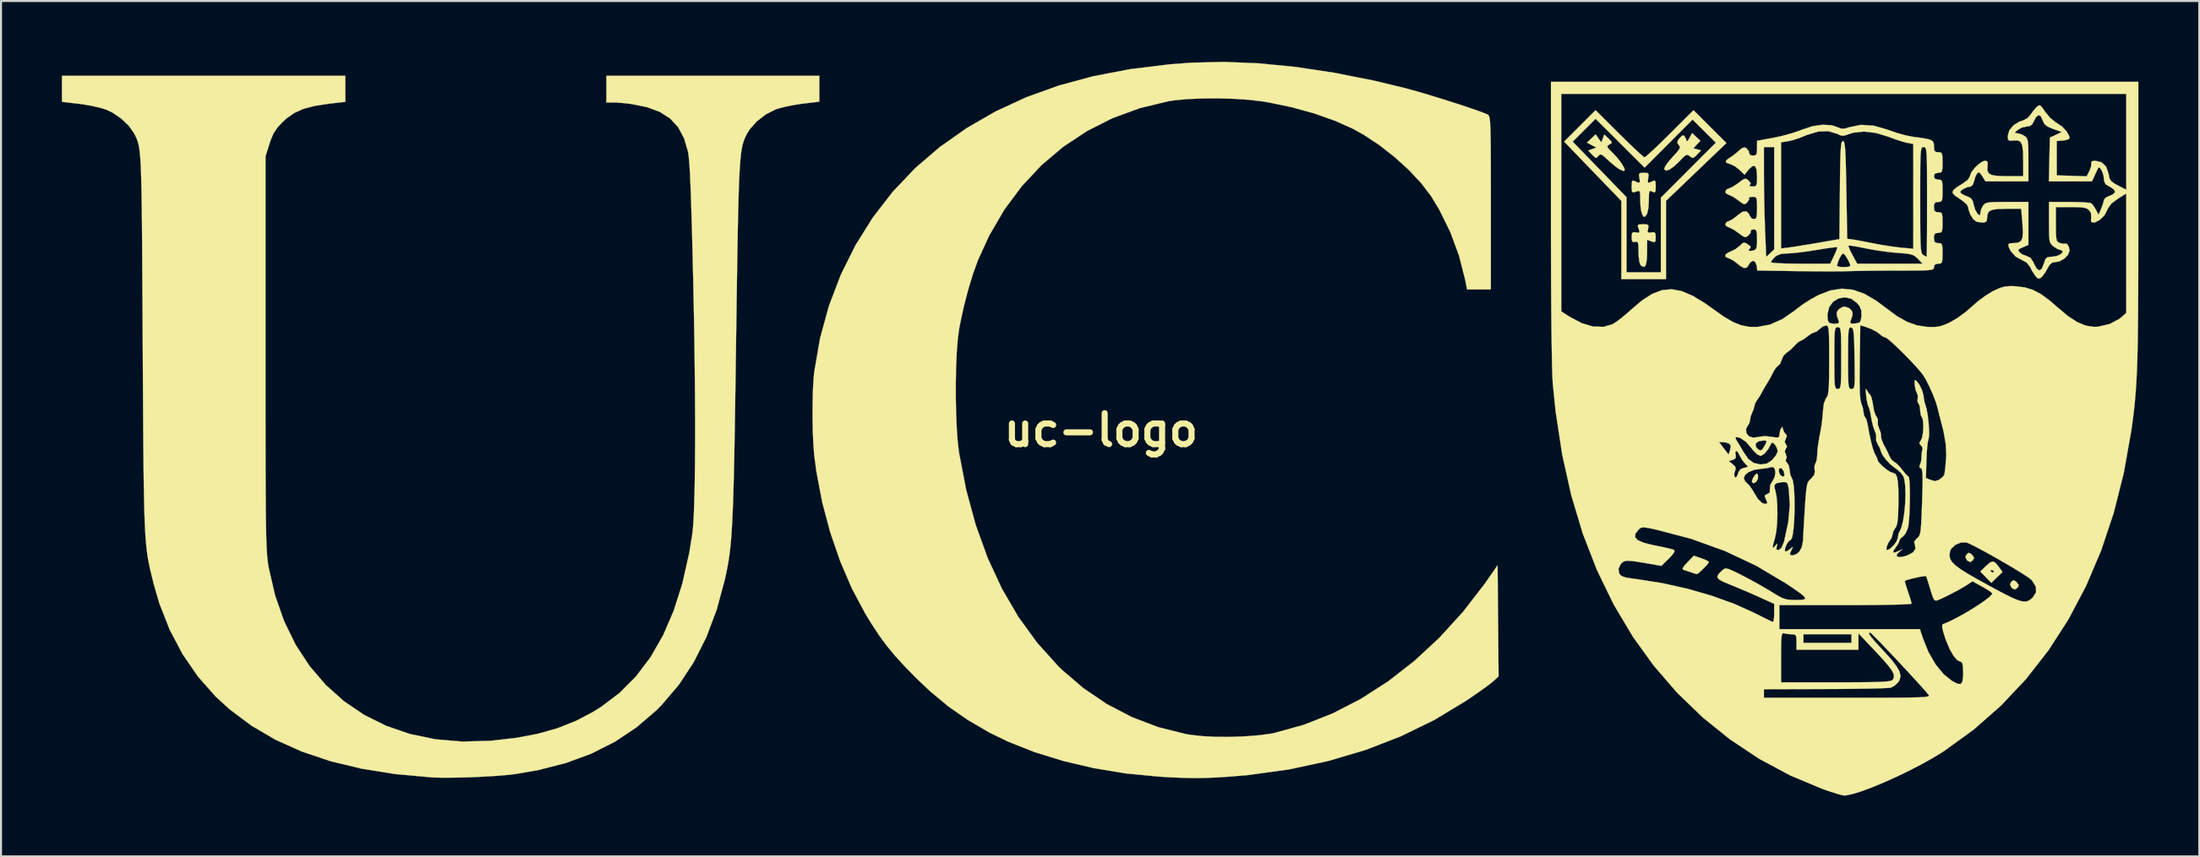
<source format=kicad_pcb>
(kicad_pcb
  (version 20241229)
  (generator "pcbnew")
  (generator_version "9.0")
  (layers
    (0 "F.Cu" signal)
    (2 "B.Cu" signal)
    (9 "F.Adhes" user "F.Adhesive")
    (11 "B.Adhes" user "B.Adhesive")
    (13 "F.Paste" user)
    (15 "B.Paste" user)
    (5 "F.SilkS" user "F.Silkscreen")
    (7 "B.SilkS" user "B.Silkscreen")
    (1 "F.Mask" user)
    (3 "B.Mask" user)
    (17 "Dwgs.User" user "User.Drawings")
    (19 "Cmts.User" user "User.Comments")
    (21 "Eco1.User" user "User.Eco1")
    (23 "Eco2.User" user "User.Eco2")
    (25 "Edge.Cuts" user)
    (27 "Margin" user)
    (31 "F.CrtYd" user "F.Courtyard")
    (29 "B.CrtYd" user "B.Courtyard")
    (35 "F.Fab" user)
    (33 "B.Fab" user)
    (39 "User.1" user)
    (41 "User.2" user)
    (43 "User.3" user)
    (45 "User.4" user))
  (footprint "uc-logo"
    (layer "F.Cu")
    (at 51.228 18.176)
    (property "Reference" "uc-logo" (at 0 0 0) (layer "F.SilkS") (effects (font (size 1.524 1.524) (thickness 0.3))))
    (attr through_hole)
    (fp_poly (pts (xy 32.367 2.173) (xy 32.392 2.232) (xy 32.387 2.398) (xy 32.294 2.556) (xy 32.163 2.625) (xy 32.096 2.558) (xy 32.091 2.519) (xy 32.141 2.372) (xy 32.216 2.252) (xy 32.312 2.144) (xy 32.367 2.173)) (stroke (width 0.01) (type solid)) (fill yes) (layer "F.SilkS"))
    (fp_poly (pts (xy 42.872 6.093) (xy 42.938 6.149) (xy 43.04 6.284) (xy 43.001 6.404) (xy 43 6.405) (xy 42.865 6.51) (xy 42.734 6.459) (xy 42.672 6.392) (xy 42.61 6.257) (xy 42.674 6.136) (xy 42.77 6.054) (xy 42.872 6.093)) (stroke (width 0.01) (type solid)) (fill yes) (layer "F.SilkS"))
    (fp_poly (pts (xy 45.073 7.447) (xy 45.139 7.504) (xy 45.242 7.639) (xy 45.203 7.758) (xy 45.201 7.76) (xy 45.066 7.865) (xy 44.935 7.813) (xy 44.873 7.747) (xy 44.811 7.612) (xy 44.875 7.491) (xy 44.971 7.408) (xy 45.073 7.447)) (stroke (width 0.01) (type solid)) (fill yes) (layer "F.SilkS"))
    (fp_poly (pts (xy 29.6 6.324) (xy 29.82 6.411) (xy 29.954 6.486) (xy 29.972 6.511) (xy 29.917 6.598) (xy 29.784 6.747) (xy 29.618 6.913) (xy 29.467 7.048) (xy 29.378 7.105) (xy 29.375 7.105) (xy 29.276 7.077) (xy 29.09 7.016) (xy 29.083 7.014) (xy 28.864 6.941) (xy 28.709 6.891) (xy 28.673 6.828) (xy 28.757 6.691) (xy 28.908 6.525) (xy 29.228 6.197) (xy 29.6 6.324)) (stroke (width 0.01) (type solid)) (fill yes) (layer "F.SilkS"))
    (fp_poly (pts (xy 44.133 6.581) (xy 44.273 6.763) (xy 44.443 7.001) (xy 44.167 7.268) (xy 43.891 7.536) (xy 43.62 7.256) (xy 43.349 6.976) (xy 43.389 6.938) (xy 43.857 6.938) (xy 43.919 7.024) (xy 43.942 7.027) (xy 44.024 6.998) (xy 44.027 6.99) (xy 43.967 6.918) (xy 43.942 6.9) (xy 43.864 6.907) (xy 43.857 6.938) (xy 43.389 6.938) (xy 43.638 6.696) (xy 43.842 6.522) (xy 43.99 6.482) (xy 44.133 6.581)) (stroke (width 0.01) (type solid)) (fill yes) (layer "F.SilkS"))
    (fp_poly (pts (xy 24.527 -14.396) (xy 24.667 -14.197) (xy 24.811 -14.588) (xy 25.023 -14.389) (xy 25.16 -14.252) (xy 25.18 -14.177) (xy 25.089 -14.112) (xy 25.063 -14.098) (xy 24.974 -14.038) (xy 24.965 -13.969) (xy 25.052 -13.855) (xy 25.237 -13.67) (xy 25.473 -13.416) (xy 25.669 -13.157) (xy 25.794 -12.938) (xy 25.823 -12.831) (xy 25.764 -12.787) (xy 25.598 -12.853) (xy 25.482 -12.924) (xy 25.296 -13.066) (xy 25.061 -13.267) (xy 24.95 -13.369) (xy 24.758 -13.542) (xy 24.644 -13.608) (xy 24.567 -13.584) (xy 24.518 -13.527) (xy 24.434 -13.439) (xy 24.35 -13.458) (xy 24.215 -13.589) (xy 24.02 -13.797) (xy 24.421 -13.945) (xy 24.188 -14.067) (xy 23.955 -14.189) (xy 24.171 -14.392) (xy 24.387 -14.595) (xy 24.527 -14.396)) (stroke (width 0.01) (type solid)) (fill yes) (layer "F.SilkS"))
    (fp_poly (pts (xy 29.344 -14.471) (xy 29.55 -14.278) (xy 29.375 -14.093) (xy 29.201 -13.907) (xy 29.393 -13.857) (xy 29.584 -13.807) (xy 29.383 -13.592) (xy 29.239 -13.455) (xy 29.142 -13.434) (xy 29.029 -13.515) (xy 29.028 -13.515) (xy 28.937 -13.581) (xy 28.848 -13.576) (xy 28.723 -13.482) (xy 28.527 -13.28) (xy 28.514 -13.267) (xy 28.251 -13.016) (xy 28.025 -12.859) (xy 27.86 -12.805) (xy 27.776 -12.865) (xy 27.771 -12.911) (xy 27.826 -13.037) (xy 27.971 -13.24) (xy 28.176 -13.477) (xy 28.191 -13.494) (xy 28.407 -13.73) (xy 28.518 -13.881) (xy 28.541 -13.98) (xy 28.492 -14.059) (xy 28.488 -14.063) (xy 28.41 -14.174) (xy 28.442 -14.294) (xy 28.495 -14.375) (xy 28.642 -14.534) (xy 28.753 -14.531) (xy 28.834 -14.378) (xy 28.88 -14.26) (xy 28.928 -14.273) (xy 29.015 -14.426) (xy 29.016 -14.428) (xy 29.139 -14.664) (xy 29.344 -14.471)) (stroke (width 0.01) (type solid)) (fill yes) (layer "F.SilkS"))
    (fp_poly (pts (xy 30.022 -14.978) (xy 30.833 -14.167) (xy 29.344 -12.741) (xy 27.855 -11.315) (xy 27.855 -7.451) (xy 25.654 -7.451) (xy 25.654 -11.309) (xy 24.243 -12.774) (xy 22.834 -14.236) (xy 23.255 -14.236) (xy 25.908 -11.494) (xy 25.908 -7.789) (xy 27.601 -7.789) (xy 27.601 -11.47) (xy 28.957 -12.828) (xy 30.312 -14.185) (xy 29.738 -14.754) (xy 29.164 -15.324) (xy 27.982 -14.139) (xy 26.799 -12.954) (xy 24.384 -15.365) (xy 23.819 -14.801) (xy 23.255 -14.236) (xy 22.834 -14.236) (xy 22.833 -14.238) (xy 23.608 -15.013) (xy 24.383 -15.789) (xy 25.549 -14.625) (xy 25.913 -14.266) (xy 26.24 -13.951) (xy 26.508 -13.7) (xy 26.7 -13.531) (xy 26.794 -13.463) (xy 26.797 -13.462) (xy 26.88 -13.519) (xy 27.062 -13.679) (xy 27.323 -13.922) (xy 27.645 -14.231) (xy 28.006 -14.586) (xy 28.045 -14.625) (xy 29.211 -15.789) (xy 30.022 -14.978)) (stroke (width 0.01) (type solid)) (fill yes) (layer "F.SilkS"))
    (fp_poly (pts (xy 26.922 -10.15) (xy 26.993 -10.094) (xy 26.976 -9.957) (xy 26.971 -9.938) (xy 26.948 -9.781) (xy 27.018 -9.741) (xy 27.131 -9.757) (xy 27.278 -9.767) (xy 27.337 -9.691) (xy 27.347 -9.515) (xy 27.337 -9.328) (xy 27.28 -9.273) (xy 27.137 -9.313) (xy 27.136 -9.313) (xy 26.924 -9.394) (xy 26.924 -8.852) (xy 26.91 -8.432) (xy 26.867 -8.169) (xy 26.789 -8.056) (xy 26.673 -8.084) (xy 26.602 -8.145) (xy 26.547 -8.283) (xy 26.511 -8.539) (xy 26.501 -8.79) (xy 26.496 -9.082) (xy 26.476 -9.24) (xy 26.426 -9.298) (xy 26.337 -9.29) (xy 26.331 -9.289) (xy 26.215 -9.284) (xy 26.168 -9.38) (xy 26.162 -9.521) (xy 26.176 -9.708) (xy 26.245 -9.77) (xy 26.375 -9.757) (xy 26.522 -9.742) (xy 26.548 -9.809) (xy 26.505 -9.938) (xy 26.46 -10.085) (xy 26.506 -10.147) (xy 26.678 -10.16) (xy 26.724 -10.16) (xy 26.922 -10.15)) (stroke (width 0.01) (type solid)) (fill yes) (layer "F.SilkS"))
    (fp_poly (pts (xy 26.942 -12.687) (xy 27.001 -12.614) (xy 26.979 -12.446) (xy 26.953 -12.255) (xy 27.003 -12.202) (xy 27.158 -12.266) (xy 27.184 -12.28) (xy 27.287 -12.319) (xy 27.335 -12.265) (xy 27.347 -12.083) (xy 27.347 -12.023) (xy 27.34 -11.808) (xy 27.302 -11.729) (xy 27.212 -11.751) (xy 27.178 -11.769) (xy 27.086 -11.807) (xy 27.036 -11.776) (xy 27.014 -11.644) (xy 27.009 -11.38) (xy 27.009 -11.322) (xy 26.989 -10.975) (xy 26.935 -10.716) (xy 26.893 -10.627) (xy 26.8 -10.519) (xy 26.735 -10.553) (xy 26.681 -10.647) (xy 26.629 -10.828) (xy 26.594 -11.107) (xy 26.585 -11.338) (xy 26.583 -11.619) (xy 26.563 -11.764) (xy 26.511 -11.808) (xy 26.409 -11.782) (xy 26.374 -11.769) (xy 26.239 -11.729) (xy 26.178 -11.772) (xy 26.162 -11.934) (xy 26.162 -12.028) (xy 26.17 -12.24) (xy 26.209 -12.317) (xy 26.3 -12.293) (xy 26.326 -12.28) (xy 26.502 -12.203) (xy 26.568 -12.244) (xy 26.548 -12.423) (xy 26.543 -12.446) (xy 26.518 -12.621) (xy 26.58 -12.689) (xy 26.759 -12.7) (xy 26.942 -12.687)) (stroke (width 0.01) (type solid)) (fill yes) (layer "F.SilkS"))
    (fp_poly (pts (xy 7.785 -18.1) (xy 9.608 -17.921) (xy 11.508 -17.634) (xy 13.469 -17.244) (xy 14.986 -16.879) (xy 15.397 -16.767) (xy 15.886 -16.626) (xy 16.423 -16.464) (xy 16.979 -16.292) (xy 17.526 -16.117) (xy 18.033 -15.95) (xy 18.472 -15.8) (xy 18.814 -15.677) (xy 19.029 -15.589) (xy 19.057 -15.575) (xy 19.094 -15.55) (xy 19.124 -15.508) (xy 19.149 -15.435) (xy 19.17 -15.317) (xy 19.186 -15.139) (xy 19.198 -14.889) (xy 19.206 -14.552) (xy 19.213 -14.113) (xy 19.216 -13.559) (xy 19.218 -12.876) (xy 19.219 -12.049) (xy 19.219 -11.215) (xy 19.219 -6.943) (xy 18.046 -6.943) (xy 17.952 -7.429) (xy 17.653 -8.605) (xy 17.218 -9.779) (xy 16.669 -10.895) (xy 16.267 -11.556) (xy 15.783 -12.191) (xy 15.173 -12.842) (xy 14.473 -13.478) (xy 13.719 -14.068) (xy 12.947 -14.579) (xy 12.417 -14.874) (xy 11.518 -15.274) (xy 10.498 -15.633) (xy 9.399 -15.936) (xy 8.266 -16.172) (xy 7.924 -16.227) (xy 7.286 -16.302) (xy 6.559 -16.35) (xy 5.787 -16.372) (xy 5.017 -16.368) (xy 4.294 -16.338) (xy 3.663 -16.282) (xy 3.325 -16.231) (xy 1.908 -15.888) (xy 0.568 -15.396) (xy -0.689 -14.76) (xy -1.857 -13.987) (xy -2.928 -13.081) (xy -3.897 -12.048) (xy -4.758 -10.892) (xy -5.502 -9.62) (xy -6.062 -8.398) (xy -6.31 -7.712) (xy -6.552 -6.913) (xy -6.772 -6.06) (xy -6.954 -5.208) (xy -7.001 -4.953) (xy -7.063 -4.468) (xy -7.111 -3.851) (xy -7.142 -3.138) (xy -7.157 -2.365) (xy -7.157 -1.57) (xy -7.141 -0.787) (xy -7.109 -0.055) (xy -7.062 0.592) (xy -7.001 1.101) (xy -6.647 2.944) (xy -6.175 4.682) (xy -5.586 6.312) (xy -4.883 7.828) (xy -4.068 9.225) (xy -3.143 10.5) (xy -2.111 11.647) (xy -1.936 11.818) (xy -0.863 12.738) (xy 0.297 13.524) (xy 1.531 14.166) (xy 2.821 14.658) (xy 4.154 14.991) (xy 4.391 15.033) (xy 4.966 15.1) (xy 5.648 15.134) (xy 6.384 15.138) (xy 7.124 15.111) (xy 7.814 15.056) (xy 8.405 14.973) (xy 8.551 14.944) (xy 10.003 14.541) (xy 11.429 13.977) (xy 12.82 13.258) (xy 14.166 12.391) (xy 15.459 11.382) (xy 16.689 10.239) (xy 17.846 8.969) (xy 18.921 7.578) (xy 19.11 7.307) (xy 19.551 6.668) (xy 19.576 9.409) (xy 19.6 12.15) (xy 19.346 12.386) (xy 19.187 12.516) (xy 18.918 12.716) (xy 18.572 12.962) (xy 18.179 13.233) (xy 17.99 13.361) (xy 16.446 14.295) (xy 14.795 15.103) (xy 13.043 15.782) (xy 11.199 16.329) (xy 9.27 16.743) (xy 7.263 17.02) (xy 6.35 17.099) (xy 5.688 17.141) (xy 5.108 17.164) (xy 4.555 17.17) (xy 3.976 17.157) (xy 3.317 17.127) (xy 2.817 17.096) (xy 1.228 16.942) (xy -0.333 16.684) (xy -1.841 16.332) (xy -3.267 15.892) (xy -4.587 15.37) (xy -5.503 14.922) (xy -6.558 14.308) (xy -7.514 13.643) (xy -8.425 12.886) (xy -9.108 12.238) (xy -9.683 11.65) (xy -10.16 11.129) (xy -10.57 10.631) (xy -10.946 10.117) (xy -11.321 9.545) (xy -11.617 9.06) (xy -12.275 7.826) (xy -12.857 6.471) (xy -13.352 5.03) (xy -13.748 3.539) (xy -14.033 2.032) (xy -14.135 1.252) (xy -14.179 0.707) (xy -14.207 0.06) (xy -14.22 -0.642) (xy -14.217 -1.35) (xy -14.199 -2.015) (xy -14.164 -2.59) (xy -14.135 -2.881) (xy -13.85 -4.533) (xy -13.413 -6.13) (xy -12.829 -7.663) (xy -12.106 -9.12) (xy -11.249 -10.492) (xy -10.263 -11.766) (xy -9.154 -12.934) (xy -7.946 -13.971) (xy -6.609 -14.912) (xy -5.191 -15.73) (xy -3.685 -16.426) (xy -2.083 -17.004) (xy -0.378 -17.465) (xy 1.44 -17.813) (xy 3.377 -18.051) (xy 4.436 -18.131) (xy 6.056 -18.171) (xy 7.785 -18.1)) (stroke (width 0.01) (type solid)) (fill yes) (layer "F.SilkS"))
    (fp_poly (pts (xy -37.253 -16.202) (xy -38.092 -16.104) (xy -38.768 -16) (xy -39.313 -15.856) (xy -39.76 -15.657) (xy -40.146 -15.389) (xy -40.356 -15.196) (xy -40.617 -14.911) (xy -40.795 -14.641) (xy -40.934 -14.311) (xy -40.994 -14.13) (xy -41.19 -13.504) (xy -41.19 -3.81) (xy -41.19 -2.314) (xy -41.19 -0.977) (xy -41.189 0.21) (xy -41.187 1.258) (xy -41.185 2.177) (xy -41.181 2.976) (xy -41.177 3.666) (xy -41.171 4.257) (xy -41.164 4.758) (xy -41.155 5.18) (xy -41.145 5.533) (xy -41.132 5.826) (xy -41.118 6.069) (xy -41.102 6.274) (xy -41.083 6.448) (xy -41.062 6.604) (xy -41.039 6.75) (xy -41.035 6.773) (xy -40.718 8.153) (xy -40.272 9.427) (xy -39.703 10.591) (xy -39.018 11.64) (xy -38.223 12.57) (xy -37.323 13.376) (xy -36.326 14.052) (xy -35.236 14.594) (xy -34.06 14.998) (xy -32.804 15.258) (xy -31.475 15.37) (xy -30.08 15.329) (xy -28.866 15.192) (xy -27.783 14.99) (xy -26.803 14.714) (xy -25.899 14.355) (xy -25.041 13.905) (xy -24.654 13.664) (xy -23.738 12.971) (xy -22.923 12.152) (xy -22.206 11.204) (xy -21.587 10.124) (xy -21.064 8.91) (xy -20.636 7.56) (xy -20.301 6.072) (xy -20.147 5.122) (xy -20.108 4.746) (xy -20.076 4.212) (xy -20.05 3.531) (xy -20.03 2.715) (xy -20.017 1.773) (xy -20.01 0.718) (xy -20.009 -0.44) (xy -20.015 -1.689) (xy -20.027 -3.018) (xy -20.046 -4.417) (xy -20.071 -5.873) (xy -20.102 -7.324) (xy -20.131 -8.572) (xy -20.159 -9.66) (xy -20.186 -10.598) (xy -20.211 -11.396) (xy -20.236 -12.062) (xy -20.26 -12.607) (xy -20.285 -13.04) (xy -20.311 -13.371) (xy -20.337 -13.609) (xy -20.359 -13.74) (xy -20.556 -14.405) (xy -20.845 -14.947) (xy -21.238 -15.376) (xy -21.748 -15.704) (xy -22.387 -15.94) (xy -23.127 -16.09) (xy -23.481 -16.133) (xy -23.83 -16.162) (xy -24.024 -16.17) (xy -24.384 -16.171) (xy -24.384 -16.828) (xy -24.384 -17.484) (xy -13.885 -17.484) (xy -13.885 -16.209) (xy -14.719 -16.109) (xy -15.148 -16.044) (xy -15.577 -15.957) (xy -15.936 -15.862) (xy -16.046 -15.825) (xy -16.524 -15.582) (xy -16.965 -15.24) (xy -17.318 -14.843) (xy -17.455 -14.621) (xy -17.517 -14.495) (xy -17.574 -14.37) (xy -17.623 -14.236) (xy -17.668 -14.083) (xy -17.707 -13.9) (xy -17.741 -13.679) (xy -17.772 -13.408) (xy -17.799 -13.078) (xy -17.823 -12.679) (xy -17.845 -12.2) (xy -17.864 -11.632) (xy -17.883 -10.965) (xy -17.9 -10.188) (xy -17.917 -9.292) (xy -17.934 -8.266) (xy -17.952 -7.1) (xy -17.971 -5.786) (xy -17.991 -4.36) (xy -18.012 -2.845) (xy -18.032 -1.487) (xy -18.051 -0.278) (xy -18.07 0.795) (xy -18.089 1.743) (xy -18.109 2.575) (xy -18.13 3.304) (xy -18.153 3.94) (xy -18.178 4.493) (xy -18.206 4.975) (xy -18.237 5.397) (xy -18.272 5.769) (xy -18.311 6.103) (xy -18.355 6.41) (xy -18.404 6.699) (xy -18.46 6.983) (xy -18.521 7.271) (xy -18.54 7.359) (xy -18.942 8.85) (xy -19.454 10.214) (xy -20.079 11.454) (xy -20.817 12.574) (xy -21.671 13.576) (xy -21.935 13.84) (xy -22.908 14.673) (xy -23.969 15.38) (xy -25.128 15.965) (xy -26.393 16.431) (xy -27.774 16.783) (xy -28.881 16.973) (xy -29.343 17.024) (xy -29.925 17.07) (xy -30.58 17.107) (xy -31.259 17.135) (xy -31.915 17.15) (xy -32.5 17.152) (xy -32.966 17.138) (xy -32.978 17.137) (xy -34.777 16.974) (xy -36.445 16.708) (xy -37.986 16.337) (xy -39.403 15.86) (xy -40.702 15.276) (xy -41.885 14.582) (xy -42.958 13.778) (xy -43.645 13.148) (xy -44.515 12.166) (xy -45.272 11.064) (xy -45.909 9.857) (xy -46.42 8.558) (xy -46.692 7.622) (xy -46.766 7.325) (xy -46.833 7.054) (xy -46.893 6.797) (xy -46.945 6.545) (xy -46.992 6.287) (xy -47.032 6.011) (xy -47.067 5.708) (xy -47.096 5.365) (xy -47.122 4.974) (xy -47.143 4.523) (xy -47.161 4.001) (xy -47.176 3.397) (xy -47.189 2.701) (xy -47.2 1.903) (xy -47.209 0.99) (xy -47.217 -0.046) (xy -47.225 -1.218) (xy -47.232 -2.536) (xy -47.24 -4.01) (xy -47.242 -4.318) (xy -47.25 -5.795) (xy -47.258 -7.113) (xy -47.265 -8.281) (xy -47.272 -9.31) (xy -47.28 -10.208) (xy -47.289 -10.987) (xy -47.299 -11.655) (xy -47.311 -12.223) (xy -47.325 -12.7) (xy -47.342 -13.097) (xy -47.362 -13.423) (xy -47.385 -13.688) (xy -47.412 -13.902) (xy -47.443 -14.074) (xy -47.479 -14.216) (xy -47.52 -14.335) (xy -47.566 -14.444) (xy -47.618 -14.55) (xy -47.67 -14.651) (xy -47.93 -15.023) (xy -48.306 -15.38) (xy -48.743 -15.675) (xy -49.058 -15.823) (xy -49.367 -15.915) (xy -49.774 -16.006) (xy -50.211 -16.081) (xy -50.385 -16.104) (xy -51.223 -16.202) (xy -51.223 -17.484) (xy -37.253 -17.484) (xy -37.253 -16.202)) (stroke (width 0.01) (type solid)) (fill yes) (layer "F.SilkS"))
    (fp_poly (pts (xy 36.014 -15.046) (xy 36.312 -14.949) (xy 36.494 -14.877) (xy 36.669 -14.881) (xy 36.879 -14.945) (xy 37.46 -15.064) (xy 38.094 -15.024) (xy 38.782 -14.826) (xy 38.832 -14.806) (xy 39.233 -14.666) (xy 39.666 -14.547) (xy 40.04 -14.473) (xy 40.06 -14.471) (xy 40.485 -14.415) (xy 40.769 -14.363) (xy 40.94 -14.305) (xy 41.028 -14.225) (xy 41.06 -14.111) (xy 41.063 -14.003) (xy 41.08 -13.807) (xy 41.156 -13.728) (xy 41.275 -13.716) (xy 41.392 -13.705) (xy 41.456 -13.646) (xy 41.482 -13.5) (xy 41.487 -13.226) (xy 41.487 -13.208) (xy 41.482 -12.926) (xy 41.458 -12.774) (xy 41.397 -12.712) (xy 41.282 -12.7) (xy 41.275 -12.7) (xy 41.109 -12.66) (xy 41.063 -12.531) (xy 41.113 -12.398) (xy 41.275 -12.361) (xy 41.389 -12.352) (xy 41.452 -12.297) (xy 41.48 -12.16) (xy 41.487 -11.901) (xy 41.487 -11.811) (xy 41.483 -11.515) (xy 41.462 -11.35) (xy 41.409 -11.278) (xy 41.31 -11.261) (xy 41.275 -11.261) (xy 41.124 -11.233) (xy 41.068 -11.117) (xy 41.063 -11.007) (xy 41.086 -10.825) (xy 41.183 -10.759) (xy 41.275 -10.753) (xy 41.392 -10.742) (xy 41.456 -10.683) (xy 41.482 -10.537) (xy 41.487 -10.262) (xy 41.487 -10.245) (xy 41.482 -9.963) (xy 41.458 -9.811) (xy 41.397 -9.749) (xy 41.282 -9.737) (xy 41.275 -9.737) (xy 41.124 -9.709) (xy 41.068 -9.593) (xy 41.063 -9.483) (xy 41.086 -9.301) (xy 41.183 -9.235) (xy 41.275 -9.229) (xy 41.392 -9.218) (xy 41.456 -9.159) (xy 41.482 -9.013) (xy 41.487 -8.738) (xy 41.487 -8.721) (xy 41.482 -8.439) (xy 41.458 -8.287) (xy 41.397 -8.225) (xy 41.282 -8.213) (xy 41.275 -8.213) (xy 41.109 -8.173) (xy 41.063 -8.043) (xy 41.057 -7.987) (xy 41.023 -7.944) (xy 40.941 -7.914) (xy 40.788 -7.894) (xy 40.544 -7.882) (xy 40.187 -7.876) (xy 39.696 -7.874) (xy 39.306 -7.873) (xy 38.725 -7.872) (xy 38.153 -7.868) (xy 37.63 -7.862) (xy 37.194 -7.854) (xy 36.886 -7.846) (xy 36.872 -7.845) (xy 36.583 -7.838) (xy 36.162 -7.835) (xy 35.643 -7.835) (xy 35.065 -7.838) (xy 34.462 -7.845) (xy 34.274 -7.847) (xy 32.354 -7.877) (xy 32.327 -8.108) (xy 32.315 -8.141) (xy 36.291 -8.141) (xy 36.299 -8.094) (xy 36.418 -8.057) (xy 36.62 -8.045) (xy 36.821 -8.057) (xy 36.936 -8.093) (xy 36.928 -8.187) (xy 36.853 -8.357) (xy 36.746 -8.543) (xy 36.641 -8.682) (xy 36.583 -8.721) (xy 36.507 -8.651) (xy 36.413 -8.488) (xy 36.331 -8.296) (xy 36.291 -8.141) (xy 32.315 -8.141) (xy 32.263 -8.283) (xy 33.02 -8.283) (xy 33.1 -8.26) (xy 33.322 -8.24) (xy 33.659 -8.225) (xy 34.084 -8.215) (xy 34.485 -8.213) (xy 35.95 -8.213) (xy 36.14 -8.604) (xy 36.241 -8.831) (xy 36.295 -8.988) (xy 36.297 -9.028) (xy 36.206 -9.027) (xy 35.981 -9.001) (xy 35.658 -8.954) (xy 35.269 -8.891) (xy 35.269 -8.891) (xy 34.828 -8.822) (xy 34.403 -8.766) (xy 34.046 -8.731) (xy 33.843 -8.721) (xy 33.526 -8.696) (xy 33.309 -8.611) (xy 33.216 -8.537) (xy 33.079 -8.388) (xy 33.02 -8.284) (xy 33.02 -8.283) (xy 32.263 -8.283) (xy 32.256 -8.299) (xy 32.134 -8.358) (xy 32.004 -8.273) (xy 31.962 -8.199) (xy 31.849 -8.028) (xy 31.708 -7.996) (xy 31.512 -8.104) (xy 31.398 -8.198) (xy 31.187 -8.359) (xy 30.999 -8.463) (xy 30.953 -8.478) (xy 30.789 -8.55) (xy 30.779 -8.653) (xy 30.916 -8.761) (xy 31.013 -8.8) (xy 31.274 -8.927) (xy 31.494 -9.099) (xy 31.636 -9.233) (xy 31.745 -9.25) (xy 31.892 -9.169) (xy 32.024 -9.057) (xy 32.009 -8.979) (xy 31.99 -8.966) (xy 31.915 -8.884) (xy 31.977 -8.842) (xy 32.146 -8.858) (xy 32.156 -8.861) (xy 32.262 -8.908) (xy 32.318 -9.006) (xy 32.34 -9.2) (xy 32.343 -9.408) (xy 32.336 -9.688) (xy 32.309 -9.838) (xy 32.246 -9.897) (xy 32.168 -9.906) (xy 32.048 -9.878) (xy 32.039 -9.833) (xy 32.019 -9.728) (xy 31.923 -9.613) (xy 31.816 -9.532) (xy 31.718 -9.529) (xy 31.576 -9.614) (xy 31.438 -9.721) (xy 31.211 -9.879) (xy 31.01 -9.986) (xy 30.946 -10.006) (xy 30.808 -10.082) (xy 30.776 -10.16) (xy 30.848 -10.274) (xy 30.946 -10.315) (xy 31.111 -10.391) (xy 31.319 -10.543) (xy 31.385 -10.603) (xy 31.625 -10.775) (xy 31.818 -10.797) (xy 31.949 -10.669) (xy 31.98 -10.583) (xy 32.083 -10.445) (xy 32.183 -10.414) (xy 32.27 -10.434) (xy 32.318 -10.518) (xy 32.339 -10.704) (xy 32.343 -10.964) (xy 32.339 -11.26) (xy 32.319 -11.425) (xy 32.266 -11.497) (xy 32.164 -11.514) (xy 32.117 -11.515) (xy 31.972 -11.497) (xy 31.948 -11.458) (xy 31.942 -11.361) (xy 31.866 -11.248) (xy 31.772 -11.162) (xy 31.681 -11.157) (xy 31.541 -11.244) (xy 31.421 -11.337) (xy 31.198 -11.493) (xy 30.999 -11.595) (xy 30.946 -11.612) (xy 30.808 -11.69) (xy 30.776 -11.769) (xy 30.848 -11.883) (xy 30.946 -11.923) (xy 31.112 -11.992) (xy 31.336 -12.132) (xy 31.438 -12.208) (xy 31.636 -12.357) (xy 31.755 -12.409) (xy 31.85 -12.376) (xy 31.927 -12.312) (xy 32.032 -12.187) (xy 32.001 -12.105) (xy 31.985 -12.094) (xy 31.964 -12.043) (xy 32.105 -12.024) (xy 32.11 -12.024) (xy 32.239 -12.032) (xy 32.308 -12.083) (xy 32.337 -12.218) (xy 32.343 -12.476) (xy 32.343 -12.531) (xy 32.319 -12.86) (xy 32.246 -13.027) (xy 32.123 -13.034) (xy 31.949 -12.881) (xy 31.899 -12.821) (xy 31.728 -12.603) (xy 31.464 -12.856) (xy 31.248 -13.023) (xy 31.037 -13.126) (xy 30.988 -13.137) (xy 30.819 -13.197) (xy 30.809 -13.297) (xy 30.958 -13.418) (xy 30.982 -13.43) (xy 31.166 -13.552) (xy 31.38 -13.729) (xy 31.42 -13.766) (xy 31.6 -13.917) (xy 31.728 -13.951) (xy 31.817 -13.914) (xy 31.932 -13.776) (xy 31.95 -13.683) (xy 32.008 -13.571) (xy 32.14 -13.547) (xy 32.267 -13.565) (xy 32.326 -13.65) (xy 32.342 -13.848) (xy 32.343 -13.912) (xy 32.343 -13.97) (xy 32.681 -13.97) (xy 32.682 -12.594) (xy 32.686 -11.979) (xy 32.697 -11.283) (xy 32.714 -10.584) (xy 32.734 -9.963) (xy 32.737 -9.883) (xy 32.793 -8.547) (xy 32.991 -8.733) (xy 33.189 -8.92) (xy 33.189 -13.97) (xy 32.681 -13.97) (xy 32.343 -13.97) (xy 32.343 -14.202) (xy 33.528 -14.202) (xy 33.528 -8.964) (xy 33.93 -9.015) (xy 34.175 -9.05) (xy 34.535 -9.106) (xy 34.544 -9.108) (xy 36.85 -9.108) (xy 36.867 -9.02) (xy 36.949 -8.831) (xy 37.047 -8.642) (xy 37.28 -8.213) (xy 40.502 -8.213) (xy 40.271 -8.454) (xy 40.146 -8.571) (xy 40.012 -8.647) (xy 39.826 -8.695) (xy 39.546 -8.727) (xy 39.26 -8.748) (xy 38.794 -8.793) (xy 38.264 -8.867) (xy 37.771 -8.954) (xy 37.684 -8.972) (xy 37.339 -9.042) (xy 37.061 -9.091) (xy 36.888 -9.111) (xy 36.85 -9.108) (xy 34.544 -9.108) (xy 34.962 -9.176) (xy 35.368 -9.246) (xy 36.404 -9.426) (xy 36.427 -11.846) (xy 36.434 -12.559) (xy 36.443 -13.119) (xy 36.454 -13.545) (xy 36.469 -13.854) (xy 36.487 -14.064) (xy 36.512 -14.19) (xy 36.543 -14.252) (xy 36.576 -14.266) (xy 36.614 -14.247) (xy 36.645 -14.176) (xy 36.669 -14.037) (xy 36.69 -13.812) (xy 36.706 -13.484) (xy 36.721 -13.036) (xy 36.734 -12.45) (xy 36.745 -11.853) (xy 36.788 -9.44) (xy 36.999 -9.416) (xy 37.173 -9.389) (xy 37.464 -9.336) (xy 37.822 -9.267) (xy 38.015 -9.228) (xy 38.457 -9.145) (xy 38.923 -9.07) (xy 39.333 -9.017) (xy 39.434 -9.006) (xy 40.047 -8.95) (xy 40.047 -11.35) (xy 40.386 -11.35) (xy 40.387 -10.611) (xy 40.389 -10.023) (xy 40.395 -9.569) (xy 40.404 -9.231) (xy 40.418 -8.989) (xy 40.438 -8.827) (xy 40.465 -8.727) (xy 40.5 -8.669) (xy 40.534 -8.643) (xy 40.664 -8.571) (xy 40.703 -8.554) (xy 40.709 -8.635) (xy 40.713 -8.865) (xy 40.717 -9.224) (xy 40.721 -9.693) (xy 40.723 -10.25) (xy 40.724 -10.878) (xy 40.725 -11.261) (xy 40.724 -12.009) (xy 40.723 -12.605) (xy 40.719 -13.066) (xy 40.711 -13.409) (xy 40.699 -13.653) (xy 40.682 -13.813) (xy 40.657 -13.908) (xy 40.625 -13.954) (xy 40.584 -13.969) (xy 40.555 -13.97) (xy 40.508 -13.965) (xy 40.47 -13.939) (xy 40.441 -13.874) (xy 40.42 -13.752) (xy 40.405 -13.557) (xy 40.395 -13.269) (xy 40.389 -12.873) (xy 40.387 -12.35) (xy 40.386 -11.682) (xy 40.386 -11.35) (xy 40.047 -11.35) (xy 40.047 -14.12) (xy 39.737 -14.179) (xy 39.505 -14.239) (xy 39.182 -14.344) (xy 38.836 -14.472) (xy 38.803 -14.484) (xy 38.198 -14.667) (xy 37.617 -14.734) (xy 37.097 -14.681) (xy 36.863 -14.606) (xy 36.644 -14.531) (xy 36.48 -14.538) (xy 36.294 -14.621) (xy 35.862 -14.752) (xy 35.366 -14.737) (xy 34.825 -14.576) (xy 34.754 -14.546) (xy 34.422 -14.413) (xy 34.089 -14.306) (xy 33.887 -14.26) (xy 33.528 -14.202) (xy 32.343 -14.202) (xy 32.343 -14.278) (xy 33.168 -14.43) (xy 33.607 -14.526) (xy 34.059 -14.651) (xy 34.449 -14.782) (xy 34.558 -14.826) (xy 35.068 -14.996) (xy 35.568 -15.07) (xy 36.014 -15.046)) (stroke (width 0.01) (type solid)) (fill yes) (layer "F.SilkS"))
    (fp_poly (pts (xy 51.139 -10.249) (xy 51.138 -8.883) (xy 51.136 -7.673) (xy 51.132 -6.604) (xy 51.126 -5.663) (xy 51.117 -4.837) (xy 51.105 -4.11) (xy 51.089 -3.471) (xy 51.069 -2.904) (xy 51.044 -2.396) (xy 51.014 -1.934) (xy 50.978 -1.502) (xy 50.937 -1.089) (xy 50.888 -0.679) (xy 50.833 -0.259) (xy 50.791 0.042) (xy 50.424 2.108) (xy 49.93 4.074) (xy 49.309 5.935) (xy 48.564 7.69) (xy 47.696 9.336) (xy 46.707 10.87) (xy 45.599 12.289) (xy 44.372 13.591) (xy 43.03 14.772) (xy 41.573 15.829) (xy 41.518 15.865) (xy 41.014 16.175) (xy 40.444 16.493) (xy 39.833 16.809) (xy 39.206 17.111) (xy 38.589 17.389) (xy 38.007 17.63) (xy 37.485 17.824) (xy 37.049 17.96) (xy 36.724 18.025) (xy 36.635 18.03) (xy 36.482 18) (xy 36.212 17.922) (xy 35.865 17.81) (xy 35.56 17.703) (xy 33.977 17.04) (xy 32.459 16.226) (xy 31.016 15.267) (xy 29.658 14.173) (xy 28.396 12.951) (xy 28.252 12.785) (xy 32.681 12.785) (xy 32.681 13.208) (xy 36.798 13.208) (xy 37.739 13.208) (xy 38.524 13.207) (xy 39.167 13.204) (xy 39.681 13.2) (xy 40.079 13.193) (xy 40.376 13.184) (xy 40.585 13.171) (xy 40.72 13.154) (xy 40.793 13.133) (xy 40.818 13.107) (xy 40.81 13.076) (xy 40.799 13.06) (xy 40.662 12.897) (xy 40.442 12.649) (xy 40.16 12.338) (xy 39.834 11.983) (xy 39.483 11.605) (xy 39.127 11.224) (xy 38.784 10.861) (xy 38.474 10.536) (xy 38.215 10.27) (xy 38.028 10.082) (xy 37.931 9.995) (xy 37.923 9.991) (xy 37.865 10.008) (xy 37.872 10.072) (xy 37.957 10.198) (xy 38.13 10.404) (xy 38.406 10.705) (xy 38.568 10.88) (xy 38.953 11.307) (xy 39.216 11.646) (xy 39.368 11.916) (xy 39.417 12.137) (xy 39.372 12.328) (xy 39.308 12.432) (xy 39.128 12.608) (xy 38.939 12.711) (xy 38.809 12.724) (xy 38.53 12.737) (xy 38.124 12.749) (xy 37.61 12.759) (xy 37.009 12.767) (xy 36.343 12.773) (xy 35.708 12.776) (xy 32.681 12.785) (xy 28.252 12.785) (xy 27.239 11.61) (xy 26.951 11.209) (xy 33.528 11.209) (xy 33.528 12.446) (xy 36.227 12.446) (xy 36.991 12.445) (xy 37.602 12.441) (xy 38.078 12.435) (xy 38.436 12.424) (xy 38.693 12.408) (xy 38.866 12.387) (xy 38.971 12.359) (xy 39.027 12.324) (xy 39.03 12.32) (xy 39.092 12.2) (xy 39.082 12.053) (xy 38.989 11.861) (xy 38.803 11.607) (xy 38.511 11.271) (xy 38.187 10.922) (xy 37.344 10.033) (xy 37.341 10.435) (xy 37.338 10.837) (xy 34.29 10.837) (xy 34.29 10.456) (xy 34.282 10.222) (xy 34.24 10.111) (xy 34.133 10.077) (xy 34.043 10.075) (xy 34.629 10.075) (xy 34.629 10.499) (xy 36.999 10.499) (xy 36.999 10.075) (xy 34.629 10.075) (xy 34.043 10.075) (xy 33.814 10.058) (xy 33.662 10.024) (xy 33.61 10.021) (xy 33.573 10.073) (xy 33.549 10.206) (xy 33.535 10.441) (xy 33.529 10.803) (xy 33.528 11.209) (xy 26.951 11.209) (xy 26.227 10.202) (xy 25.274 8.603) (xy 24.45 6.906) (xy 24.429 6.852) (xy 25.51 6.852) (xy 25.541 7.041) (xy 25.55 7.062) (xy 25.609 7.155) (xy 25.709 7.222) (xy 25.883 7.274) (xy 26.166 7.321) (xy 26.473 7.361) (xy 27.697 7.555) (xy 28.925 7.83) (xy 30.115 8.174) (xy 31.222 8.574) (xy 32.192 9.012) (xy 32.542 9.188) (xy 32.836 9.334) (xy 33.042 9.433) (xy 33.126 9.469) (xy 33.161 9.4) (xy 33.184 9.21) (xy 33.189 9.029) (xy 33.189 8.636) (xy 33.443 8.636) (xy 33.443 9.821) (xy 40.372 9.821) (xy 40.518 10.266) (xy 40.798 10.961) (xy 41.147 11.565) (xy 41.547 12.05) (xy 41.952 12.375) (xy 42.211 12.512) (xy 42.375 12.532) (xy 42.464 12.42) (xy 42.499 12.162) (xy 42.503 11.98) (xy 42.493 11.666) (xy 42.46 11.493) (xy 42.398 11.431) (xy 42.383 11.43) (xy 42.214 11.351) (xy 42.026 11.132) (xy 41.834 10.795) (xy 41.655 10.367) (xy 41.622 10.271) (xy 41.511 9.914) (xy 41.466 9.692) (xy 41.484 9.588) (xy 41.502 9.576) (xy 41.786 9.461) (xy 42.133 9.29) (xy 42.516 9.081) (xy 42.904 8.851) (xy 43.269 8.619) (xy 43.581 8.404) (xy 43.812 8.222) (xy 43.932 8.093) (xy 43.942 8.061) (xy 43.873 7.991) (xy 43.694 7.87) (xy 43.451 7.728) (xy 42.961 7.458) (xy 42.711 7.628) (xy 42.467 7.778) (xy 42.135 7.962) (xy 41.776 8.149) (xy 41.454 8.305) (xy 41.27 8.384) (xy 41.164 8.414) (xy 41.088 8.386) (xy 41.021 8.271) (xy 40.941 8.039) (xy 40.884 7.85) (xy 40.793 7.554) (xy 40.721 7.329) (xy 40.681 7.217) (xy 40.679 7.212) (xy 40.587 7.207) (xy 40.389 7.237) (xy 40.14 7.288) (xy 39.893 7.348) (xy 39.703 7.405) (xy 39.624 7.447) (xy 39.624 7.448) (xy 39.65 7.555) (xy 39.716 7.771) (xy 39.793 8.001) (xy 39.883 8.272) (xy 39.944 8.479) (xy 39.963 8.565) (xy 39.881 8.58) (xy 39.648 8.595) (xy 39.283 8.608) (xy 38.803 8.619) (xy 38.227 8.628) (xy 37.572 8.633) (xy 36.858 8.636) (xy 36.703 8.636) (xy 33.443 8.636) (xy 33.189 8.636) (xy 33.189 8.575) (xy 32.449 8.237) (xy 32.014 8.044) (xy 31.531 7.837) (xy 31.092 7.655) (xy 31.011 7.623) (xy 30.658 7.474) (xy 30.452 7.356) (xy 30.382 7.245) (xy 30.434 7.117) (xy 30.596 6.949) (xy 30.633 6.915) (xy 30.715 6.85) (xy 30.803 6.826) (xy 30.929 6.85) (xy 31.126 6.931) (xy 31.428 7.078) (xy 31.583 7.156) (xy 32.015 7.382) (xy 32.484 7.642) (xy 32.909 7.89) (xy 33.031 7.965) (xy 33.357 8.164) (xy 33.595 8.287) (xy 33.799 8.353) (xy 34.022 8.378) (xy 34.257 8.382) (xy 34.514 8.377) (xy 34.672 8.354) (xy 34.724 8.301) (xy 34.662 8.204) (xy 34.479 8.052) (xy 34.168 7.832) (xy 33.772 7.567) (xy 32.308 6.694) (xy 30.746 5.958) (xy 30.239 5.776) (xy 33.113 5.776) (xy 33.14 5.809) (xy 33.226 5.723) (xy 33.236 5.71) (xy 33.33 5.601) (xy 33.341 5.634) (xy 33.313 5.744) (xy 33.294 5.888) (xy 33.374 5.918) (xy 33.414 5.912) (xy 33.544 5.812) (xy 33.655 5.557) (xy 33.683 5.46) (xy 33.882 4.536) (xy 33.957 3.703) (xy 33.91 2.94) (xy 33.897 2.857) (xy 33.851 2.65) (xy 33.773 2.568) (xy 33.609 2.565) (xy 33.556 2.57) (xy 33.31 2.615) (xy 33.204 2.701) (xy 33.211 2.867) (xy 33.247 2.987) (xy 33.304 3.275) (xy 33.337 3.675) (xy 33.346 4.134) (xy 33.33 4.596) (xy 33.291 5.007) (xy 33.232 5.301) (xy 33.144 5.611) (xy 33.113 5.776) (xy 30.239 5.776) (xy 29.088 5.361) (xy 27.395 4.916) (xy 27.042 4.841) (xy 26.816 4.803) (xy 26.676 4.801) (xy 26.585 4.837) (xy 26.502 4.909) (xy 26.494 4.918) (xy 26.344 5.118) (xy 26.333 5.287) (xy 26.47 5.432) (xy 26.76 5.559) (xy 27.21 5.673) (xy 27.361 5.703) (xy 27.718 5.775) (xy 28.015 5.842) (xy 28.212 5.896) (xy 28.261 5.916) (xy 28.27 6.007) (xy 28.142 6.185) (xy 27.994 6.338) (xy 27.627 6.699) (xy 26.873 6.567) (xy 26.424 6.492) (xy 26.109 6.452) (xy 25.898 6.449) (xy 25.76 6.486) (xy 25.664 6.565) (xy 25.602 6.65) (xy 25.51 6.852) (xy 24.429 6.852) (xy 23.753 5.11) (xy 23.182 3.209) (xy 22.999 2.383) (xy 31.688 2.383) (xy 31.768 2.546) (xy 31.828 2.595) (xy 31.98 2.751) (xy 32.137 2.981) (xy 32.172 3.045) (xy 32.386 3.397) (xy 32.591 3.596) (xy 32.73 3.641) (xy 32.839 3.613) (xy 32.851 3.593) (xy 32.815 3.488) (xy 32.76 3.375) (xy 32.716 3.238) (xy 32.804 3.17) (xy 32.844 3.159) (xy 32.972 3.078) (xy 32.972 2.929) (xy 32.996 2.703) (xy 33.106 2.515) (xy 33.211 2.315) (xy 33.247 2.102) (xy 33.222 1.933) (xy 33.417 1.933) (xy 33.423 2.074) (xy 33.489 2.212) (xy 33.592 2.288) (xy 33.677 2.276) (xy 33.697 2.208) (xy 33.653 2.015) (xy 33.55 1.884) (xy 33.488 1.863) (xy 33.417 1.933) (xy 33.222 1.933) (xy 33.22 1.921) (xy 33.135 1.821) (xy 33.033 1.827) (xy 32.859 1.871) (xy 32.609 1.902) (xy 32.554 1.905) (xy 32.201 1.959) (xy 31.925 2.07) (xy 31.747 2.218) (xy 31.688 2.383) (xy 22.999 2.383) (xy 22.808 1.525) (xy 30.946 1.525) (xy 31.146 1.681) (xy 31.281 1.82) (xy 31.284 1.953) (xy 31.263 1.998) (xy 31.218 2.154) (xy 31.227 2.287) (xy 31.28 2.342) (xy 31.328 2.315) (xy 31.398 2.177) (xy 31.425 2.075) (xy 31.533 1.923) (xy 31.697 1.863) (xy 31.861 1.826) (xy 31.875 1.773) (xy 31.767 1.666) (xy 31.607 1.471) (xy 31.493 1.264) (xy 31.393 1.083) (xy 31.309 1.021) (xy 31.271 1.086) (xy 31.289 1.216) (xy 31.293 1.38) (xy 31.17 1.463) (xy 31.142 1.471) (xy 30.946 1.525) (xy 22.808 1.525) (xy 22.735 1.199) (xy 22.643 0.593) (xy 30.471 0.593) (xy 30.705 0.899) (xy 30.939 1.206) (xy 31.016 0.974) (xy 31.05 0.778) (xy 30.977 0.669) (xy 30.801 0.608) (xy 30.666 0.594) (xy 30.471 0.593) (xy 22.643 0.593) (xy 22.609 0.368) (xy 31.274 0.368) (xy 31.313 0.474) (xy 31.358 0.545) (xy 31.487 0.755) (xy 31.638 1.016) (xy 31.671 1.074) (xy 31.912 1.422) (xy 32.18 1.621) (xy 32.504 1.691) (xy 32.54 1.691) (xy 32.82 1.651) (xy 33.055 1.5) (xy 33.111 1.446) (xy 33.269 1.252) (xy 33.354 1.075) (xy 33.359 1.039) (xy 33.322 0.885) (xy 33.237 0.732) (xy 33.139 0.628) (xy 33.065 0.622) (xy 33.057 0.635) (xy 32.894 0.934) (xy 32.714 1.157) (xy 32.549 1.265) (xy 32.514 1.27) (xy 32.353 1.199) (xy 32.156 1.005) (xy 32.083 0.91) (xy 31.992 0.805) (xy 32.28 0.805) (xy 32.36 0.914) (xy 32.489 1.005) (xy 32.596 0.963) (xy 32.717 0.774) (xy 32.724 0.762) (xy 32.804 0.591) (xy 32.797 0.521) (xy 32.695 0.508) (xy 32.69 0.508) (xy 32.424 0.548) (xy 32.281 0.654) (xy 32.28 0.805) (xy 31.992 0.805) (xy 31.793 0.576) (xy 31.514 0.384) (xy 31.338 0.342) (xy 31.274 0.368) (xy 22.609 0.368) (xy 22.543 -0.066) (xy 31.801 -0.066) (xy 31.815 0.144) (xy 31.943 0.303) (xy 32.161 0.373) (xy 32.393 0.338) (xy 32.71 0.294) (xy 33.042 0.327) (xy 33.283 0.366) (xy 33.401 0.357) (xy 33.441 0.29) (xy 33.445 0.222) (xy 33.484 0.012) (xy 33.528 -0.085) (xy 33.594 -0.166) (xy 33.611 -0.094) (xy 33.611 -0.074) (xy 33.673 0.095) (xy 33.736 0.166) (xy 33.814 0.281) (xy 33.759 0.428) (xy 33.702 0.584) (xy 33.761 0.69) (xy 33.819 0.811) (xy 33.764 0.911) (xy 33.709 1.058) (xy 33.76 1.181) (xy 33.807 1.351) (xy 33.772 1.415) (xy 33.755 1.529) (xy 33.821 1.606) (xy 33.914 1.763) (xy 33.951 1.983) (xy 33.981 2.203) (xy 34.05 2.351) (xy 34.108 2.489) (xy 34.151 2.752) (xy 34.178 3.105) (xy 34.191 3.517) (xy 34.191 3.956) (xy 34.177 4.39) (xy 34.15 4.785) (xy 34.111 5.109) (xy 34.061 5.331) (xy 33.999 5.418) (xy 33.996 5.419) (xy 33.897 5.488) (xy 33.796 5.649) (xy 33.725 5.832) (xy 33.717 5.967) (xy 33.728 5.985) (xy 33.821 5.974) (xy 33.963 5.877) (xy 34.089 5.769) (xy 34.108 5.78) (xy 34.048 5.9) (xy 33.965 6.083) (xy 33.982 6.163) (xy 34.106 6.181) (xy 34.108 6.181) (xy 34.277 6.121) (xy 34.425 6.002) (xy 34.542 5.785) (xy 34.605 5.496) (xy 34.606 5.473) (xy 34.649 4.704) (xy 34.685 4.086) (xy 34.715 3.601) (xy 34.743 3.231) (xy 34.769 2.959) (xy 34.797 2.765) (xy 34.829 2.633) (xy 34.868 2.544) (xy 34.915 2.481) (xy 34.973 2.425) (xy 35.004 2.396) (xy 35.163 2.208) (xy 35.193 2.031) (xy 35.182 1.972) (xy 35.173 1.773) (xy 35.215 1.658) (xy 35.279 1.502) (xy 35.302 1.306) (xy 35.33 0.884) (xy 35.415 0.339) (xy 35.475 0.042) (xy 35.529 -0.29) (xy 35.573 -0.681) (xy 35.589 -0.907) (xy 35.636 -1.31) (xy 35.733 -1.562) (xy 35.756 -1.591) (xy 35.805 -1.665) (xy 35.842 -1.777) (xy 35.868 -1.95) (xy 35.884 -2.208) (xy 35.894 -2.575) (xy 35.898 -3.073) (xy 35.899 -3.457) (xy 35.899 -3.556) (xy 36.153 -3.556) (xy 36.153 -3.014) (xy 36.158 -2.619) (xy 36.168 -2.347) (xy 36.186 -2.175) (xy 36.215 -2.081) (xy 36.258 -2.041) (xy 36.317 -2.032) (xy 36.322 -2.032) (xy 36.382 -2.039) (xy 36.426 -2.076) (xy 36.456 -2.166) (xy 36.475 -2.331) (xy 36.486 -2.596) (xy 36.49 -2.982) (xy 36.491 -3.512) (xy 36.491 -3.556) (xy 36.491 -3.562) (xy 36.83 -3.562) (xy 36.831 -3.019) (xy 36.835 -2.623) (xy 36.845 -2.35) (xy 36.863 -2.177) (xy 36.892 -2.082) (xy 36.935 -2.041) (xy 36.993 -2.032) (xy 37.001 -2.032) (xy 37.062 -2.038) (xy 37.106 -2.073) (xy 37.136 -2.159) (xy 37.152 -2.32) (xy 37.159 -2.579) (xy 37.158 -2.695) (xy 37.398 -2.695) (xy 37.401 -2.173) (xy 37.414 -1.786) (xy 37.438 -1.517) (xy 37.474 -1.349) (xy 37.485 -1.32) (xy 37.563 -1.079) (xy 37.592 -0.881) (xy 37.621 -0.71) (xy 37.667 -0.641) (xy 37.732 -0.532) (xy 37.785 -0.332) (xy 37.788 -0.318) (xy 37.87 0.14) (xy 37.96 0.556) (xy 38.049 0.897) (xy 38.128 1.128) (xy 38.172 1.207) (xy 38.26 1.375) (xy 38.269 1.442) (xy 38.334 1.575) (xy 38.496 1.75) (xy 38.706 1.927) (xy 38.913 2.063) (xy 39.067 2.117) (xy 39.168 2.161) (xy 39.24 2.304) (xy 39.287 2.562) (xy 39.311 2.952) (xy 39.314 3.491) (xy 39.312 3.628) (xy 39.3 4.1) (xy 39.279 4.432) (xy 39.244 4.65) (xy 39.192 4.783) (xy 39.164 4.82) (xy 39.057 5.002) (xy 39.031 5.122) (xy 38.977 5.315) (xy 38.914 5.412) (xy 38.81 5.571) (xy 38.738 5.748) (xy 38.717 5.884) (xy 38.75 5.924) (xy 38.901 5.853) (xy 39.075 5.689) (xy 39.22 5.492) (xy 39.285 5.32) (xy 39.285 5.313) (xy 39.312 5.123) (xy 39.353 5.033) (xy 39.454 4.826) (xy 39.539 4.492) (xy 39.604 4.074) (xy 39.646 3.615) (xy 39.661 3.156) (xy 39.647 2.74) (xy 39.6 2.41) (xy 39.561 2.286) (xy 39.435 2.11) (xy 39.226 1.924) (xy 39.146 1.869) (xy 38.919 1.691) (xy 38.7 1.461) (xy 38.528 1.228) (xy 38.442 1.039) (xy 38.439 1.007) (xy 38.396 0.883) (xy 38.302 0.717) (xy 38.218 0.527) (xy 38.214 0.384) (xy 38.212 0.223) (xy 38.145 0.034) (xy 38.064 -0.185) (xy 37.993 -0.482) (xy 37.97 -0.625) (xy 37.924 -0.89) (xy 37.87 -1.087) (xy 37.842 -1.145) (xy 37.795 -1.273) (xy 37.747 -1.509) (xy 37.723 -1.695) (xy 37.702 -1.944) (xy 37.713 -2.035) (xy 37.754 -1.977) (xy 37.851 -1.812) (xy 37.919 -1.743) (xy 37.976 -1.636) (xy 38.031 -1.416) (xy 38.061 -1.229) (xy 38.112 -0.955) (xy 38.181 -0.747) (xy 38.228 -0.677) (xy 38.3 -0.528) (xy 38.295 -0.429) (xy 38.303 -0.237) (xy 38.364 -0.072) (xy 38.439 0.121) (xy 38.45 0.247) (xy 38.472 0.428) (xy 38.577 0.697) (xy 38.704 0.931) (xy 38.791 1.104) (xy 38.87 1.288) (xy 38.982 1.471) (xy 39.102 1.564) (xy 39.233 1.657) (xy 39.406 1.84) (xy 39.492 1.949) (xy 39.649 2.144) (xy 39.771 2.266) (xy 39.81 2.286) (xy 39.841 2.365) (xy 39.862 2.577) (xy 39.874 2.889) (xy 39.877 3.264) (xy 39.871 3.667) (xy 39.858 4.064) (xy 39.836 4.419) (xy 39.807 4.698) (xy 39.778 4.842) (xy 39.679 5.075) (xy 39.555 5.236) (xy 39.524 5.257) (xy 39.397 5.369) (xy 39.368 5.443) (xy 39.318 5.578) (xy 39.201 5.757) (xy 39.065 5.955) (xy 39.056 6.043) (xy 39.176 6.026) (xy 39.306 5.969) (xy 39.478 5.89) (xy 39.511 5.886) (xy 39.417 5.958) (xy 39.391 5.977) (xy 39.237 6.127) (xy 39.229 6.227) (xy 39.347 6.267) (xy 39.572 6.238) (xy 39.767 6.177) (xy 39.784 6.167) (xy 41.829 6.167) (xy 41.856 6.338) (xy 41.954 6.507) (xy 42.137 6.687) (xy 42.422 6.894) (xy 42.825 7.142) (xy 43.36 7.445) (xy 43.523 7.535) (xy 44.127 7.865) (xy 44.603 8.116) (xy 44.971 8.295) (xy 45.251 8.408) (xy 45.463 8.46) (xy 45.625 8.457) (xy 45.758 8.405) (xy 45.882 8.31) (xy 45.944 8.251) (xy 46.098 8) (xy 46.086 7.725) (xy 45.907 7.43) (xy 45.869 7.388) (xy 45.735 7.282) (xy 45.48 7.113) (xy 45.135 6.899) (xy 44.729 6.656) (xy 44.291 6.401) (xy 43.851 6.151) (xy 43.437 5.924) (xy 43.081 5.735) (xy 42.81 5.602) (xy 42.66 5.543) (xy 42.386 5.548) (xy 42.117 5.662) (xy 41.917 5.85) (xy 41.857 5.979) (xy 41.829 6.167) (xy 39.784 6.167) (xy 40.036 6.028) (xy 40.155 5.845) (xy 40.124 5.657) (xy 40.089 5.514) (xy 40.182 5.381) (xy 40.23 5.34) (xy 40.298 5.277) (xy 40.349 5.197) (xy 40.387 5.075) (xy 40.415 4.885) (xy 40.436 4.602) (xy 40.455 4.202) (xy 40.476 3.659) (xy 40.477 3.63) (xy 40.496 3.035) (xy 40.506 2.589) (xy 40.505 2.271) (xy 40.492 2.06) (xy 40.466 1.936) (xy 40.426 1.877) (xy 40.374 1.863) (xy 40.342 1.803) (xy 40.378 1.709) (xy 40.436 1.511) (xy 40.453 1.298) (xy 40.464 1.086) (xy 40.5 0.953) (xy 40.489 0.836) (xy 40.425 0.759) (xy 40.342 0.656) (xy 40.393 0.545) (xy 40.417 0.517) (xy 40.48 0.368) (xy 40.522 0.125) (xy 40.54 -0.155) (xy 40.532 -0.414) (xy 40.495 -0.595) (xy 40.464 -0.639) (xy 40.411 -0.749) (xy 40.386 -0.952) (xy 40.386 -0.974) (xy 40.362 -1.183) (xy 40.304 -1.31) (xy 40.298 -1.314) (xy 40.248 -1.428) (xy 40.263 -1.535) (xy 40.27 -1.718) (xy 40.234 -1.803) (xy 40.17 -1.951) (xy 40.122 -2.181) (xy 40.117 -2.218) (xy 40.106 -2.415) (xy 40.138 -2.472) (xy 40.19 -2.442) (xy 40.34 -2.252) (xy 40.473 -1.981) (xy 40.549 -1.715) (xy 40.555 -1.642) (xy 40.591 -1.405) (xy 40.641 -1.253) (xy 40.702 -1.044) (xy 40.755 -0.739) (xy 40.797 -0.389) (xy 40.821 -0.044) (xy 40.825 0.245) (xy 40.802 0.427) (xy 40.795 0.445) (xy 40.76 0.589) (xy 40.729 0.859) (xy 40.704 1.211) (xy 40.693 1.477) (xy 40.668 2.362) (xy 40.907 2.461) (xy 41.117 2.516) (xy 41.298 2.459) (xy 41.359 2.421) (xy 41.515 2.289) (xy 41.582 2.178) (xy 41.601 2.023) (xy 41.627 1.82) (xy 41.672 1.241) (xy 41.643 0.67) (xy 41.535 0.051) (xy 41.402 -0.466) (xy 41.321 -0.771) (xy 41.249 -1.069) (xy 41.242 -1.101) (xy 41.153 -1.398) (xy 41.006 -1.775) (xy 40.83 -2.168) (xy 40.653 -2.517) (xy 40.517 -2.736) (xy 40.35 -2.944) (xy 40.113 -3.21) (xy 39.833 -3.507) (xy 39.535 -3.81) (xy 39.244 -4.094) (xy 38.988 -4.332) (xy 38.791 -4.5) (xy 38.68 -4.571) (xy 38.673 -4.572) (xy 38.514 -4.632) (xy 38.437 -4.701) (xy 38.26 -4.84) (xy 37.979 -4.987) (xy 37.655 -5.109) (xy 37.618 -5.12) (xy 37.432 -5.173) (xy 37.405 -3.37) (xy 37.398 -2.695) (xy 37.158 -2.695) (xy 37.157 -2.959) (xy 37.15 -3.483) (xy 37.149 -3.534) (xy 37.14 -4.075) (xy 37.128 -4.47) (xy 37.111 -4.743) (xy 37.088 -4.915) (xy 37.054 -5.012) (xy 37.008 -5.055) (xy 36.978 -5.064) (xy 36.925 -5.063) (xy 36.887 -5.02) (xy 36.86 -4.915) (xy 36.844 -4.724) (xy 36.834 -4.426) (xy 36.831 -3.998) (xy 36.83 -3.562) (xy 36.491 -3.562) (xy 36.491 -4.098) (xy 36.486 -4.493) (xy 36.476 -4.765) (xy 36.458 -4.937) (xy 36.429 -5.031) (xy 36.386 -5.071) (xy 36.327 -5.08) (xy 36.322 -5.08) (xy 36.262 -5.073) (xy 36.218 -5.036) (xy 36.188 -4.946) (xy 36.169 -4.781) (xy 36.158 -4.516) (xy 36.154 -4.13) (xy 36.153 -3.6) (xy 36.153 -3.556) (xy 35.899 -3.556) (xy 35.898 -4.036) (xy 35.894 -4.467) (xy 35.885 -4.772) (xy 35.869 -4.973) (xy 35.844 -5.091) (xy 35.808 -5.147) (xy 35.759 -5.164) (xy 35.742 -5.165) (xy 35.57 -5.105) (xy 35.433 -4.995) (xy 35.281 -4.868) (xy 35.172 -4.826) (xy 35.042 -4.775) (xy 34.856 -4.649) (xy 34.813 -4.614) (xy 34.63 -4.478) (xy 34.494 -4.406) (xy 34.476 -4.403) (xy 34.37 -4.343) (xy 34.217 -4.197) (xy 34.185 -4.159) (xy 33.995 -3.967) (xy 33.808 -3.824) (xy 33.793 -3.816) (xy 33.639 -3.662) (xy 33.558 -3.472) (xy 33.485 -3.281) (xy 33.388 -3.182) (xy 33.273 -3.078) (xy 33.153 -2.886) (xy 33.14 -2.859) (xy 32.998 -2.581) (xy 32.849 -2.328) (xy 32.702 -2.087) (xy 32.581 -1.863) (xy 32.581 -1.863) (xy 32.455 -1.642) (xy 32.354 -1.502) (xy 32.248 -1.318) (xy 32.217 -1.205) (xy 32.168 -1.015) (xy 32.105 -0.873) (xy 32.024 -0.663) (xy 32.004 -0.53) (xy 31.967 -0.354) (xy 31.929 -0.292) (xy 31.801 -0.066) (xy 22.543 -0.066) (xy 22.412 -0.922) (xy 22.272 -2.312) (xy 22.256 -2.595) (xy 22.241 -3.037) (xy 22.228 -3.623) (xy 22.216 -4.344) (xy 22.206 -5.186) (xy 22.197 -6.138) (xy 22.19 -7.188) (xy 22.186 -8.324) (xy 22.183 -9.534) (xy 22.183 -10.292) (xy 22.183 -16.595) (xy 22.691 -16.595) (xy 22.691 -5.86) (xy 23.099 -5.598) (xy 23.698 -5.279) (xy 24.261 -5.112) (xy 24.778 -5.097) (xy 25.208 -5.222) (xy 25.401 -5.342) (xy 25.671 -5.546) (xy 25.973 -5.8) (xy 26.125 -5.937) (xy 26.67 -6.399) (xy 27.172 -6.722) (xy 27.652 -6.906) (xy 28.132 -6.952) (xy 28.633 -6.859) (xy 29.176 -6.627) (xy 29.783 -6.257) (xy 30.207 -5.954) (xy 30.728 -5.586) (xy 31.17 -5.33) (xy 31.568 -5.171) (xy 31.955 -5.098) (xy 32.368 -5.094) (xy 32.371 -5.094) (xy 32.979 -5.208) (xy 33.586 -5.476) (xy 33.888 -5.685) (xy 35.814 -5.685) (xy 35.829 -5.428) (xy 35.899 -5.298) (xy 36.056 -5.253) (xy 36.176 -5.249) (xy 36.346 -5.267) (xy 36.383 -5.338) (xy 36.364 -5.397) (xy 36.275 -5.654) (xy 36.273 -5.82) (xy 36.358 -5.95) (xy 36.364 -5.956) (xy 36.541 -6.069) (xy 36.661 -6.096) (xy 36.845 -6.039) (xy 36.958 -5.956) (xy 37.046 -5.828) (xy 37.049 -5.668) (xy 36.968 -5.422) (xy 36.955 -5.391) (xy 36.935 -5.289) (xy 37.014 -5.256) (xy 37.178 -5.264) (xy 37.361 -5.295) (xy 37.448 -5.375) (xy 37.483 -5.555) (xy 37.491 -5.645) (xy 37.483 -5.914) (xy 37.391 -6.125) (xy 37.273 -6.27) (xy 36.989 -6.483) (xy 36.673 -6.554) (xy 36.361 -6.499) (xy 36.09 -6.332) (xy 35.896 -6.067) (xy 35.815 -5.72) (xy 35.814 -5.685) (xy 33.888 -5.685) (xy 34.205 -5.905) (xy 34.29 -5.975) (xy 34.611 -6.215) (xy 35.004 -6.465) (xy 35.376 -6.667) (xy 35.963 -6.893) (xy 36.522 -6.981) (xy 37.074 -6.927) (xy 37.638 -6.727) (xy 38.234 -6.377) (xy 38.676 -6.044) (xy 39.236 -5.63) (xy 39.74 -5.344) (xy 40.224 -5.171) (xy 40.72 -5.095) (xy 40.741 -5.093) (xy 41.085 -5.086) (xy 41.353 -5.121) (xy 41.628 -5.216) (xy 41.843 -5.313) (xy 42.219 -5.531) (xy 42.627 -5.83) (xy 42.924 -6.089) (xy 43.25 -6.371) (xy 43.615 -6.64) (xy 43.948 -6.846) (xy 43.999 -6.872) (xy 44.315 -7.015) (xy 44.567 -7.088) (xy 44.839 -7.108) (xy 45.102 -7.098) (xy 45.547 -7.043) (xy 45.948 -6.919) (xy 46.345 -6.708) (xy 46.774 -6.392) (xy 47.137 -6.076) (xy 47.661 -5.636) (xy 48.123 -5.334) (xy 48.546 -5.157) (xy 48.953 -5.096) (xy 49.15 -5.104) (xy 49.727 -5.236) (xy 50.217 -5.498) (xy 50.355 -5.613) (xy 50.546 -5.787) (xy 50.546 -11.677) (xy 50.126 -11.416) (xy 49.813 -11.18) (xy 49.638 -10.939) (xy 49.612 -10.87) (xy 49.466 -10.599) (xy 49.248 -10.379) (xy 49.01 -10.256) (xy 48.924 -10.245) (xy 48.814 -10.276) (xy 48.806 -10.402) (xy 48.819 -10.46) (xy 48.807 -10.71) (xy 48.723 -10.841) (xy 48.624 -10.923) (xy 48.483 -10.973) (xy 48.261 -10.998) (xy 47.917 -11.006) (xy 47.824 -11.007) (xy 47.075 -11.007) (xy 47.075 -10.157) (xy 47.077 -9.77) (xy 47.089 -9.518) (xy 47.116 -9.369) (xy 47.167 -9.288) (xy 47.248 -9.242) (xy 47.265 -9.236) (xy 47.441 -9.196) (xy 47.529 -9.207) (xy 47.627 -9.187) (xy 47.713 -9.055) (xy 47.751 -8.866) (xy 47.751 -8.865) (xy 47.679 -8.66) (xy 47.496 -8.467) (xy 47.259 -8.332) (xy 47.08 -8.297) (xy 46.897 -8.269) (xy 46.764 -8.154) (xy 46.659 -7.974) (xy 46.522 -7.741) (xy 46.384 -7.563) (xy 46.353 -7.534) (xy 46.24 -7.47) (xy 46.14 -7.521) (xy 46.054 -7.624) (xy 45.9 -7.861) (xy 45.799 -8.061) (xy 45.625 -8.276) (xy 45.427 -8.381) (xy 45.095 -8.563) (xy 44.843 -8.84) (xy 44.75 -9.038) (xy 44.73 -9.166) (xy 44.802 -9.219) (xy 44.984 -9.229) (xy 45.209 -9.25) (xy 45.353 -9.332) (xy 45.429 -9.5) (xy 45.45 -9.782) (xy 45.426 -10.202) (xy 45.366 -10.922) (xy 44.629 -10.922) (xy 44.214 -10.912) (xy 43.94 -10.873) (xy 43.779 -10.793) (xy 43.705 -10.659) (xy 43.688 -10.482) (xy 43.661 -10.308) (xy 43.55 -10.248) (xy 43.483 -10.245) (xy 43.262 -10.266) (xy 43.141 -10.297) (xy 42.994 -10.422) (xy 42.857 -10.641) (xy 42.769 -10.883) (xy 42.757 -10.99) (xy 42.68 -11.14) (xy 42.461 -11.329) (xy 42.325 -11.419) (xy 42.088 -11.581) (xy 41.981 -11.71) (xy 41.986 -11.733) (xy 42.359 -11.733) (xy 42.452 -11.648) (xy 42.643 -11.558) (xy 42.678 -11.546) (xy 42.883 -11.45) (xy 42.983 -11.297) (xy 43.019 -11.138) (xy 43.091 -10.891) (xy 43.197 -10.701) (xy 43.21 -10.686) (xy 43.315 -10.596) (xy 43.347 -10.639) (xy 43.349 -10.716) (xy 43.397 -10.913) (xy 43.481 -11.072) (xy 43.546 -11.151) (xy 43.633 -11.204) (xy 43.772 -11.237) (xy 43.994 -11.253) (xy 44.333 -11.26) (xy 44.666 -11.261) (xy 45.72 -11.261) (xy 45.72 -9.14) (xy 45.487 -9.04) (xy 45.29 -8.952) (xy 45.22 -8.893) (xy 45.247 -8.824) (xy 45.29 -8.77) (xy 45.447 -8.66) (xy 45.63 -8.595) (xy 45.82 -8.504) (xy 45.959 -8.301) (xy 45.998 -8.208) (xy 46.131 -7.962) (xy 46.262 -7.883) (xy 46.384 -7.97) (xy 46.482 -8.213) (xy 46.556 -8.431) (xy 46.651 -8.528) (xy 46.815 -8.551) (xy 46.829 -8.551) (xy 47.087 -8.585) (xy 47.298 -8.668) (xy 47.408 -8.779) (xy 47.413 -8.808) (xy 47.346 -8.883) (xy 47.298 -8.89) (xy 47.155 -8.939) (xy 46.968 -9.058) (xy 46.959 -9.065) (xy 46.865 -9.146) (xy 46.802 -9.234) (xy 46.763 -9.363) (xy 46.744 -9.566) (xy 46.737 -9.876) (xy 46.736 -10.251) (xy 46.736 -11.261) (xy 47.731 -11.259) (xy 48.13 -11.254) (xy 48.47 -11.24) (xy 48.713 -11.219) (xy 48.819 -11.196) (xy 48.921 -11.082) (xy 49.04 -10.891) (xy 49.046 -10.88) (xy 49.179 -10.626) (xy 49.312 -10.94) (xy 49.398 -11.169) (xy 49.443 -11.342) (xy 49.445 -11.367) (xy 49.518 -11.465) (xy 49.696 -11.553) (xy 49.721 -11.561) (xy 49.908 -11.649) (xy 49.995 -11.758) (xy 49.996 -11.769) (xy 49.925 -11.884) (xy 49.752 -12.002) (xy 49.721 -12.017) (xy 49.527 -12.132) (xy 49.453 -12.285) (xy 49.445 -12.403) (xy 49.417 -12.591) (xy 49.349 -12.781) (xy 49.265 -12.924) (xy 49.191 -12.967) (xy 49.175 -12.954) (xy 49.123 -12.857) (xy 49.032 -12.665) (xy 49 -12.594) (xy 48.855 -12.277) (xy 46.731 -12.277) (xy 46.755 -13.356) (xy 46.778 -14.434) (xy 47.366 -14.712) (xy 46.937 -14.864) (xy 46.665 -14.979) (xy 46.512 -15.104) (xy 46.432 -15.271) (xy 46.329 -15.493) (xy 46.211 -15.547) (xy 46.086 -15.432) (xy 46.014 -15.29) (xy 45.903 -15.083) (xy 45.768 -14.998) (xy 45.644 -14.986) (xy 45.397 -14.931) (xy 45.2 -14.819) (xy 45.07 -14.704) (xy 45.067 -14.659) (xy 45.172 -14.65) (xy 45.372 -14.6) (xy 45.532 -14.516) (xy 45.61 -14.45) (xy 45.663 -14.364) (xy 45.696 -14.225) (xy 45.713 -14.002) (xy 45.719 -13.664) (xy 45.72 -13.33) (xy 45.72 -12.277) (xy 43.601 -12.277) (xy 43.445 -12.533) (xy 43.33 -12.694) (xy 43.247 -12.72) (xy 43.193 -12.673) (xy 43.108 -12.509) (xy 43.043 -12.29) (xy 42.975 -12.106) (xy 42.883 -12.023) (xy 42.877 -12.023) (xy 42.695 -11.986) (xy 42.509 -11.9) (xy 42.381 -11.798) (xy 42.359 -11.733) (xy 41.986 -11.733) (xy 42.01 -11.834) (xy 42.181 -11.981) (xy 42.475 -12.163) (xy 42.735 -12.353) (xy 42.84 -12.525) (xy 42.841 -12.547) (xy 42.906 -12.721) (xy 43.065 -12.932) (xy 43.271 -13.129) (xy 43.473 -13.263) (xy 43.58 -13.293) (xy 43.692 -13.262) (xy 43.717 -13.138) (xy 43.706 -13.038) (xy 43.696 -12.824) (xy 43.756 -12.679) (xy 43.909 -12.591) (xy 44.179 -12.545) (xy 44.591 -12.531) (xy 44.672 -12.531) (xy 45.466 -12.531) (xy 45.466 -13.325) (xy 45.456 -13.761) (xy 45.416 -14.053) (xy 45.335 -14.223) (xy 45.2 -14.296) (xy 44.998 -14.296) (xy 44.959 -14.291) (xy 44.784 -14.28) (xy 44.715 -14.35) (xy 44.704 -14.527) (xy 44.781 -14.798) (xy 44.987 -15.044) (xy 45.279 -15.225) (xy 45.448 -15.278) (xy 45.67 -15.393) (xy 45.824 -15.563) (xy 45.98 -15.783) (xy 46.127 -15.944) (xy 46.226 -16.022) (xy 46.306 -16.019) (xy 46.405 -15.916) (xy 46.552 -15.701) (xy 46.792 -15.41) (xy 47.064 -15.188) (xy 47.137 -15.147) (xy 47.384 -14.977) (xy 47.597 -14.75) (xy 47.729 -14.519) (xy 47.752 -14.407) (xy 47.677 -14.344) (xy 47.491 -14.299) (xy 47.434 -14.293) (xy 47.117 -14.266) (xy 47.117 -12.573) (xy 47.854 -12.549) (xy 48.591 -12.524) (xy 48.728 -12.789) (xy 48.808 -13) (xy 48.823 -13.162) (xy 48.819 -13.173) (xy 48.836 -13.263) (xy 48.995 -13.293) (xy 49.015 -13.293) (xy 49.326 -13.219) (xy 49.549 -13.007) (xy 49.668 -12.673) (xy 49.673 -12.642) (xy 49.716 -12.428) (xy 49.803 -12.285) (xy 49.979 -12.159) (xy 50.133 -12.076) (xy 50.546 -11.861) (xy 50.546 -16.595) (xy 22.691 -16.595) (xy 22.183 -16.595) (xy 22.183 -17.187) (xy 51.139 -17.187) (xy 51.139 -10.249)) (stroke (width 0.01) (type solid)) (fill yes) (layer "F.SilkS")))
  (gr_rect
    (start -3 -3)
    (end 105.372 39.21)
    (stroke (width 0.1) (type default))
    (fill no)
    (layer "Edge.Cuts")))
</source>
